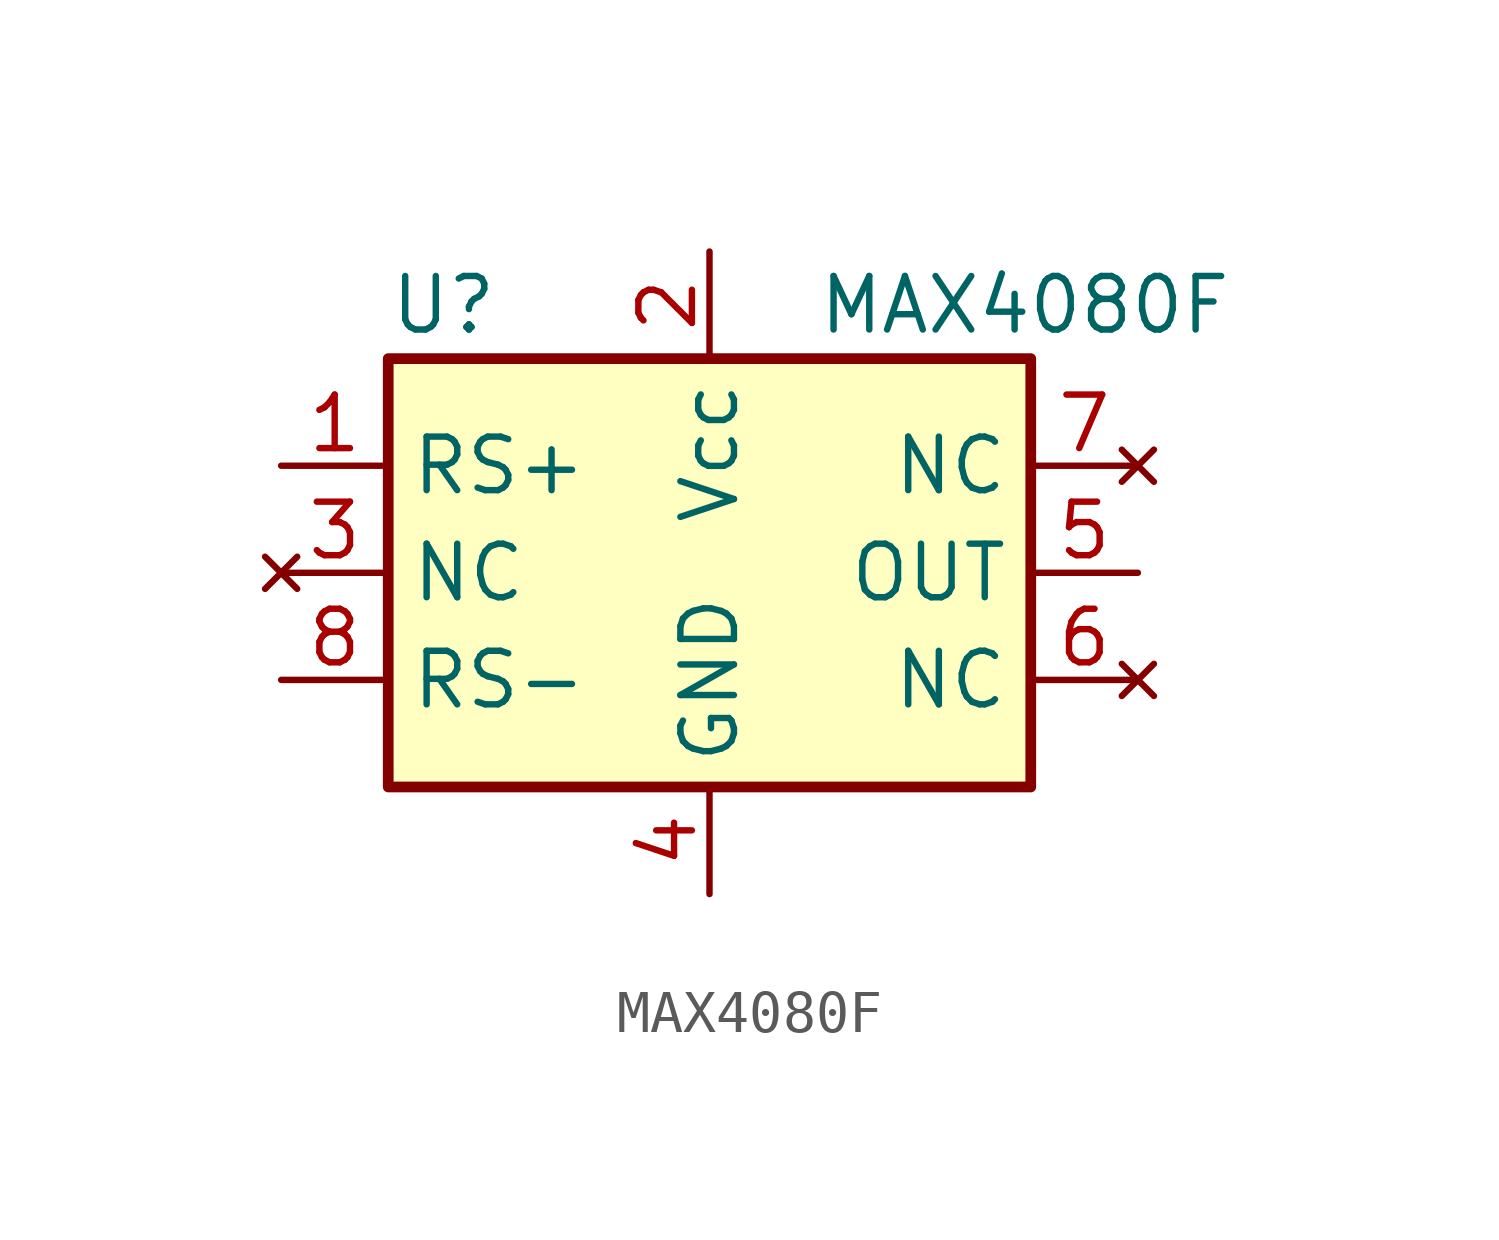
<source format=kicad_sym>
(kicad_symbol_lib
  (version 20231120)
  (generator "kicad_symbol_editor")
  (generator_version "8.0")
  (symbol "MAX4080F"
    (property "Reference" "U"
      (at -7.62 6.35 0)
      (effects (font (size 1.27 1.27)) (justify left)))
    (property "Value" "MAX4080F"
      (at 2.54 6.35 0)
      (effects (font (size 1.27 1.27)) (justify left)))
    (symbol "MAX4080F_0_1"
      (rectangle (start -7.62 5.08) (end 7.62 -5.08) (stroke (width 0.254) (type default)) (fill (type background))))
    (symbol "MAX4080F_1_1"
      (pin passive line (at -10.16 2.54 0) (length 2.54) (name "RS+" (effects (font (size 1.27 1.27)))) (number "1" (effects (font (size 1.27 1.27)))))
      (pin passive line (at 0 7.62 270) (length 2.54) (name "Vcc" (effects (font (size 1.27 1.27)))) (number "2" (effects (font (size 1.27 1.27)))))
      (pin no_connect line (at -10.16 0 0) (length 2.54) (name "NC" (effects (font (size 1.27 1.27)))) (number "3" (effects (font (size 1.27 1.27)))))
      (pin passive line (at 0 -7.62 90) (length 2.54) (name "GND" (effects (font (size 1.27 1.27)))) (number "4" (effects (font (size 1.27 1.27)))))
      (pin passive line (at 10.16 0 180) (length 2.54) (name "OUT" (effects (font (size 1.27 1.27)))) (number "5" (effects (font (size 1.27 1.27)))))
      (pin no_connect line (at 10.16 -2.54 180) (length 2.54) (name "NC" (effects (font (size 1.27 1.27)))) (number "6" (effects (font (size 1.27 1.27)))))
      (pin no_connect line (at 10.16 2.54 180) (length 2.54) (name "NC" (effects (font (size 1.27 1.27)))) (number "7" (effects (font (size 1.27 1.27)))))
      (pin passive line (at -10.16 -2.54 0) (length 2.54) (name "RS-" (effects (font (size 1.27 1.27)))) (number "8" (effects (font (size 1.27 1.27))))))))
</source>
